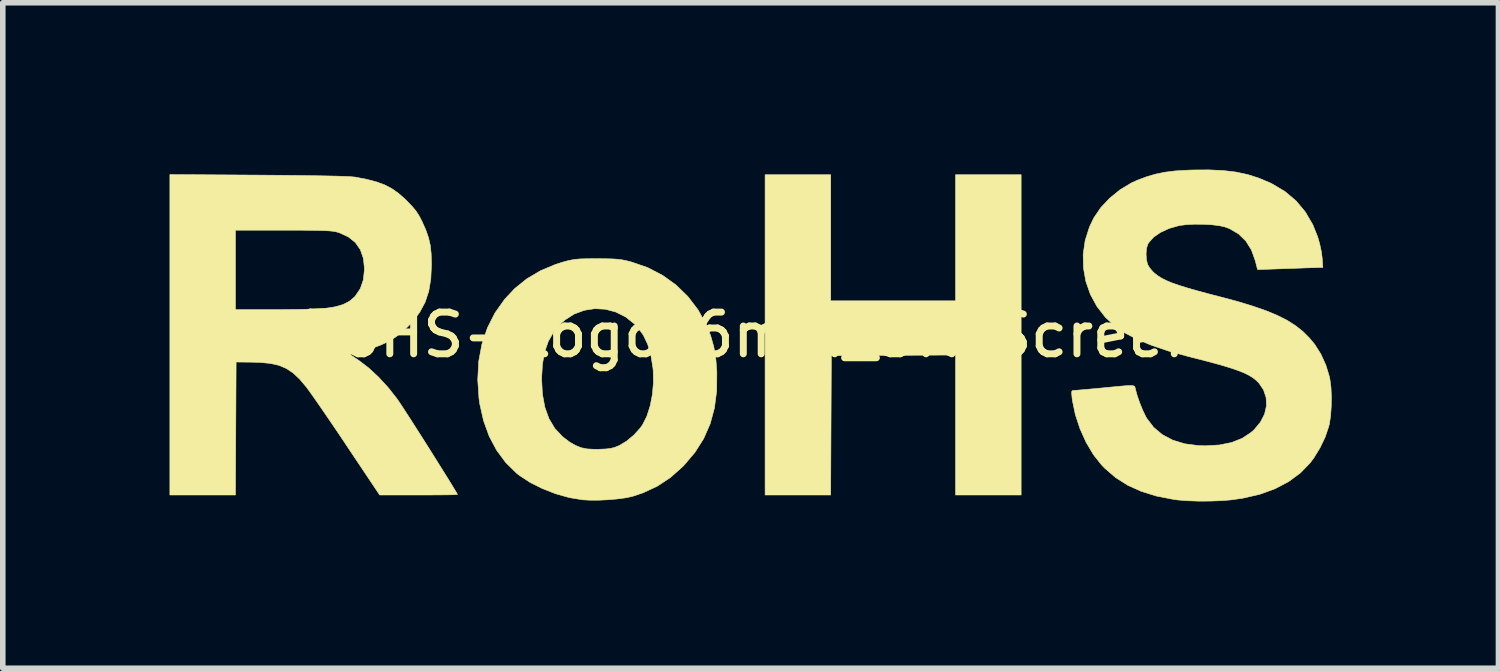
<source format=kicad_pcb>
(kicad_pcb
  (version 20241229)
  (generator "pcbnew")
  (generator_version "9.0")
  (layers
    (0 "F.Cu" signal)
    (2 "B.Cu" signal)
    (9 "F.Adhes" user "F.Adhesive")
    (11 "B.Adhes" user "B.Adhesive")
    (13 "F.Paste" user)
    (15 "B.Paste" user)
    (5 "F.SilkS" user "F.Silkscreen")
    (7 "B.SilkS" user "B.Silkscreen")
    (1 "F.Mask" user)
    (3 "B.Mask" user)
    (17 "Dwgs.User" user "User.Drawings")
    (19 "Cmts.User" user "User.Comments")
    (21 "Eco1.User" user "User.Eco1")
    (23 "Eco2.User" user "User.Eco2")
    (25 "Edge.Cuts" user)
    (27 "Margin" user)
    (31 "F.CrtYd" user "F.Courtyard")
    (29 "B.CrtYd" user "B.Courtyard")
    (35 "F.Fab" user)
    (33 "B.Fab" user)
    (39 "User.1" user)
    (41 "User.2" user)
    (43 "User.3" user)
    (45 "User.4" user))
  (footprint "RoHS-Logo_6mm_SilkScreen"
    (layer "F.Cu")
    (at 10.46 2.972)
    (property "Reference" "RoHS-Logo_6mm_SilkScreen" (at 0 0 0) (layer "F.SilkS") (effects (font (size 0.75 0.75) (thickness 0.125))))
    (attr exclude_from_pos_files exclude_from_bom allow_missing_courtyard)
    (fp_poly (pts (xy 1.429 -0.612) (xy 3.674 -0.612) (xy 3.674 -2.88) (xy 4.853 -2.88) (xy 4.853 2.88) (xy 3.674 2.88) (xy 3.674 0.362) (xy 2.557 0.368) (xy 1.44 0.374) (xy 1.434 1.627) (xy 1.428 2.88) (xy 0.249 2.88) (xy 0.249 -2.88) (xy 1.429 -2.88) (xy 1.429 -0.612)) (stroke (width 0.01) (type solid)) (fill yes) (layer "F.SilkS"))
    (fp_poly (pts (xy -2.767 -1.37) (xy -2.615 -1.369) (xy -2.499 -1.366) (xy -2.406 -1.36) (xy -2.327 -1.35) (xy -2.251 -1.335) (xy -2.167 -1.314) (xy -2.153 -1.31) (xy -1.863 -1.21) (xy -1.595 -1.071) (xy -1.353 -0.897) (xy -1.14 -0.69) (xy -0.958 -0.452) (xy -0.815 -0.195) (xy -0.732 0.009) (xy -0.673 0.218) (xy -0.636 0.446) (xy -0.619 0.671) (xy -0.622 1.005) (xy -0.662 1.314) (xy -0.739 1.599) (xy -0.855 1.864) (xy -1.01 2.11) (xy -1.205 2.34) (xy -1.235 2.371) (xy -1.456 2.567) (xy -1.691 2.722) (xy -1.947 2.841) (xy -2.136 2.904) (xy -2.254 2.93) (xy -2.404 2.95) (xy -2.571 2.965) (xy -2.743 2.973) (xy -2.905 2.973) (xy -3.032 2.966) (xy -3.269 2.927) (xy -3.513 2.859) (xy -3.752 2.766) (xy -3.975 2.655) (xy -4.169 2.528) (xy -4.22 2.488) (xy -4.414 2.298) (xy -4.579 2.075) (xy -4.713 1.823) (xy -4.814 1.544) (xy -4.882 1.243) (xy -4.896 1.145) (xy -4.919 0.802) (xy -4.918 0.794) (xy -3.77 0.794) (xy -3.756 1.064) (xy -3.712 1.301) (xy -3.638 1.507) (xy -3.532 1.684) (xy -3.393 1.832) (xy -3.266 1.928) (xy -3.159 1.989) (xy -3.06 2.029) (xy -2.952 2.051) (xy -2.822 2.058) (xy -2.733 2.057) (xy -2.616 2.052) (xy -2.53 2.042) (xy -2.458 2.024) (xy -2.387 1.996) (xy -2.376 1.991) (xy -2.242 1.911) (xy -2.11 1.801) (xy -1.996 1.675) (xy -1.953 1.614) (xy -1.877 1.462) (xy -1.818 1.278) (xy -1.778 1.074) (xy -1.759 0.86) (xy -1.763 0.648) (xy -1.768 0.595) (xy -1.805 0.365) (xy -1.862 0.171) (xy -1.94 0.006) (xy -2.043 -0.136) (xy -2.099 -0.195) (xy -2.26 -0.323) (xy -2.437 -0.411) (xy -2.623 -0.461) (xy -2.814 -0.471) (xy -3.003 -0.442) (xy -3.184 -0.375) (xy -3.351 -0.268) (xy -3.432 -0.195) (xy -3.557 -0.047) (xy -3.651 0.119) (xy -3.716 0.308) (xy -3.755 0.526) (xy -3.77 0.777) (xy -3.77 0.794) (xy -4.918 0.794) (xy -4.901 0.475) (xy -4.843 0.165) (xy -4.745 -0.125) (xy -4.609 -0.394) (xy -4.434 -0.641) (xy -4.255 -0.832) (xy -4.038 -1.007) (xy -3.79 -1.154) (xy -3.518 -1.268) (xy -3.388 -1.309) (xy -3.302 -1.332) (xy -3.227 -1.348) (xy -3.154 -1.359) (xy -3.072 -1.366) (xy -2.97 -1.369) (xy -2.838 -1.37) (xy -2.767 -1.37)) (stroke (width 0.01) (type solid)) (fill yes) (layer "F.SilkS"))
    (fp_poly (pts (xy -8.862 -2.873) (xy -8.505 -2.87) (xy -8.187 -2.867) (xy -7.908 -2.863) (xy -7.669 -2.859) (xy -7.47 -2.855) (xy -7.314 -2.85) (xy -7.201 -2.844) (xy -7.132 -2.838) (xy -7.121 -2.837) (xy -6.911 -2.796) (xy -6.736 -2.75) (xy -6.59 -2.696) (xy -6.461 -2.628) (xy -6.342 -2.544) (xy -6.223 -2.439) (xy -6.198 -2.414) (xy -6.102 -2.315) (xy -6.032 -2.231) (xy -5.975 -2.145) (xy -5.923 -2.045) (xy -5.92 -2.039) (xy -5.851 -1.883) (xy -5.803 -1.744) (xy -5.772 -1.607) (xy -5.756 -1.457) (xy -5.751 -1.279) (xy -5.751 -1.259) (xy -5.763 -1.005) (xy -5.8 -0.783) (xy -5.866 -0.585) (xy -5.964 -0.404) (xy -6.095 -0.233) (xy -6.178 -0.146) (xy -6.289 -0.043) (xy -6.4 0.042) (xy -6.519 0.115) (xy -6.654 0.179) (xy -6.813 0.238) (xy -7.005 0.296) (xy -7.141 0.332) (xy -7.217 0.352) (xy -7.05 0.465) (xy -6.88 0.595) (xy -6.705 0.757) (xy -6.535 0.941) (xy -6.381 1.136) (xy -6.358 1.168) (xy -6.319 1.225) (xy -6.262 1.311) (xy -6.191 1.421) (xy -6.108 1.549) (xy -6.017 1.692) (xy -5.919 1.845) (xy -5.819 2.003) (xy -5.72 2.16) (xy -5.624 2.314) (xy -5.534 2.457) (xy -5.453 2.587) (xy -5.385 2.698) (xy -5.332 2.785) (xy -5.297 2.843) (xy -5.284 2.869) (xy -5.284 2.87) (xy -5.306 2.872) (xy -5.368 2.875) (xy -5.464 2.877) (xy -5.589 2.878) (xy -5.737 2.879) (xy -5.904 2.88) (xy -5.983 2.88) (xy -6.682 2.88) (xy -7.262 2.013) (xy -7.386 1.826) (xy -7.509 1.645) (xy -7.627 1.472) (xy -7.735 1.314) (xy -7.831 1.176) (xy -7.911 1.062) (xy -7.972 0.977) (xy -8 0.94) (xy -8.12 0.797) (xy -8.237 0.687) (xy -8.359 0.605) (xy -8.494 0.548) (xy -8.651 0.513) (xy -8.839 0.495) (xy -8.979 0.491) (xy -9.264 0.488) (xy -9.276 2.88) (xy -10.455 2.88) (xy -10.455 -1.882) (xy -9.276 -1.882) (xy -9.276 -0.454) (xy -8.567 -0.454) (xy -8.381 -0.455) (xy -8.2 -0.457) (xy -8.031 -0.46) (xy -7.883 -0.464) (xy -7.762 -0.469) (xy -7.677 -0.475) (xy -7.66 -0.477) (xy -7.481 -0.505) (xy -7.34 -0.546) (xy -7.227 -0.604) (xy -7.137 -0.68) (xy -7.123 -0.695) (xy -7.03 -0.832) (xy -6.975 -0.992) (xy -6.956 -1.178) (xy -6.956 -1.191) (xy -6.975 -1.376) (xy -7.03 -1.533) (xy -7.121 -1.662) (xy -7.247 -1.763) (xy -7.409 -1.837) (xy -7.439 -1.846) (xy -7.478 -1.856) (xy -7.526 -1.864) (xy -7.589 -1.87) (xy -7.67 -1.875) (xy -7.775 -1.878) (xy -7.909 -1.88) (xy -8.076 -1.882) (xy -8.281 -1.882) (xy -8.418 -1.882) (xy -9.276 -1.882) (xy -10.455 -1.882) (xy -10.455 -2.883) (xy -8.862 -2.873)) (stroke (width 0.01) (type solid)) (fill yes) (layer "F.SilkS"))
    (fp_poly (pts (xy 8.487 -2.955) (xy 8.716 -2.928) (xy 8.926 -2.883) (xy 9.125 -2.82) (xy 9.321 -2.738) (xy 9.364 -2.717) (xy 9.597 -2.579) (xy 9.797 -2.41) (xy 9.964 -2.211) (xy 10.099 -1.98) (xy 10.185 -1.765) (xy 10.222 -1.637) (xy 10.251 -1.501) (xy 10.266 -1.389) (xy 10.279 -1.213) (xy 10.214 -1.212) (xy 10.173 -1.211) (xy 10.094 -1.208) (xy 9.985 -1.205) (xy 9.852 -1.2) (xy 9.704 -1.195) (xy 9.627 -1.192) (xy 9.105 -1.174) (xy 9.064 -1.334) (xy 8.995 -1.527) (xy 8.894 -1.688) (xy 8.763 -1.816) (xy 8.603 -1.909) (xy 8.516 -1.942) (xy 8.411 -1.965) (xy 8.275 -1.981) (xy 8.122 -1.989) (xy 7.966 -1.99) (xy 7.82 -1.982) (xy 7.699 -1.966) (xy 7.69 -1.964) (xy 7.514 -1.914) (xy 7.36 -1.843) (xy 7.236 -1.757) (xy 7.148 -1.659) (xy 7.13 -1.628) (xy 7.107 -1.552) (xy 7.1 -1.453) (xy 7.107 -1.35) (xy 7.129 -1.263) (xy 7.129 -1.263) (xy 7.165 -1.204) (xy 7.22 -1.139) (xy 7.247 -1.113) (xy 7.307 -1.066) (xy 7.376 -1.022) (xy 7.46 -0.979) (xy 7.562 -0.936) (xy 7.688 -0.892) (xy 7.842 -0.844) (xy 8.027 -0.791) (xy 8.25 -0.731) (xy 8.436 -0.683) (xy 8.75 -0.599) (xy 9.023 -0.516) (xy 9.259 -0.434) (xy 9.463 -0.349) (xy 9.639 -0.26) (xy 9.79 -0.164) (xy 9.922 -0.059) (xy 10.038 0.057) (xy 10.134 0.173) (xy 10.243 0.345) (xy 10.333 0.543) (xy 10.395 0.746) (xy 10.407 0.804) (xy 10.425 0.945) (xy 10.433 1.111) (xy 10.43 1.285) (xy 10.419 1.451) (xy 10.398 1.595) (xy 10.387 1.641) (xy 10.323 1.833) (xy 10.229 2.03) (xy 10.115 2.216) (xy 10.048 2.305) (xy 9.873 2.485) (xy 9.662 2.64) (xy 9.418 2.768) (xy 9.142 2.868) (xy 8.836 2.938) (xy 8.623 2.968) (xy 8.446 2.982) (xy 8.25 2.989) (xy 8.048 2.99) (xy 7.853 2.983) (xy 7.682 2.97) (xy 7.597 2.959) (xy 7.287 2.899) (xy 7.013 2.814) (xy 6.769 2.704) (xy 6.553 2.567) (xy 6.358 2.399) (xy 6.298 2.337) (xy 6.152 2.152) (xy 6.022 1.933) (xy 5.913 1.691) (xy 5.829 1.438) (xy 5.776 1.183) (xy 5.769 1.128) (xy 5.762 1.055) (xy 5.764 1.016) (xy 5.778 1.001) (xy 5.807 0.998) (xy 5.808 0.998) (xy 5.847 0.996) (xy 5.923 0.99) (xy 6.028 0.981) (xy 6.156 0.969) (xy 6.297 0.956) (xy 6.327 0.953) (xy 6.501 0.936) (xy 6.635 0.923) (xy 6.735 0.915) (xy 6.805 0.911) (xy 6.852 0.912) (xy 6.88 0.918) (xy 6.895 0.929) (xy 6.902 0.945) (xy 6.906 0.966) (xy 6.907 0.97) (xy 6.938 1.085) (xy 6.984 1.218) (xy 7.037 1.35) (xy 7.092 1.464) (xy 7.113 1.502) (xy 7.237 1.664) (xy 7.392 1.794) (xy 7.579 1.893) (xy 7.795 1.959) (xy 8.04 1.991) (xy 8.164 1.995) (xy 8.417 1.98) (xy 8.637 1.936) (xy 8.827 1.861) (xy 8.988 1.755) (xy 9.044 1.705) (xy 9.157 1.569) (xy 9.231 1.425) (xy 9.265 1.276) (xy 9.259 1.129) (xy 9.213 0.99) (xy 9.133 0.871) (xy 9.082 0.819) (xy 9.023 0.772) (xy 8.952 0.728) (xy 8.863 0.684) (xy 8.754 0.641) (xy 8.62 0.595) (xy 8.456 0.545) (xy 8.259 0.491) (xy 8.024 0.43) (xy 7.854 0.387) (xy 7.501 0.29) (xy 7.192 0.185) (xy 6.926 0.074) (xy 6.704 -0.043) (xy 6.558 -0.142) (xy 6.37 -0.314) (xy 6.216 -0.512) (xy 6.098 -0.729) (xy 6.017 -0.962) (xy 5.974 -1.204) (xy 5.969 -1.451) (xy 6.005 -1.698) (xy 6.082 -1.94) (xy 6.16 -2.103) (xy 6.285 -2.287) (xy 6.446 -2.458) (xy 6.633 -2.61) (xy 6.837 -2.733) (xy 6.945 -2.782) (xy 7.111 -2.844) (xy 7.272 -2.891) (xy 7.438 -2.925) (xy 7.621 -2.948) (xy 7.832 -2.961) (xy 7.938 -2.965) (xy 8.23 -2.967) (xy 8.487 -2.955)) (stroke (width 0.01) (type solid)) (fill yes) (layer "F.SilkS")))
  (gr_rect
    (start -3 -3)
    (end 23.897 8.967)
    (stroke (width 0.1) (type default))
    (fill no)
    (layer "Edge.Cuts")))
</source>
